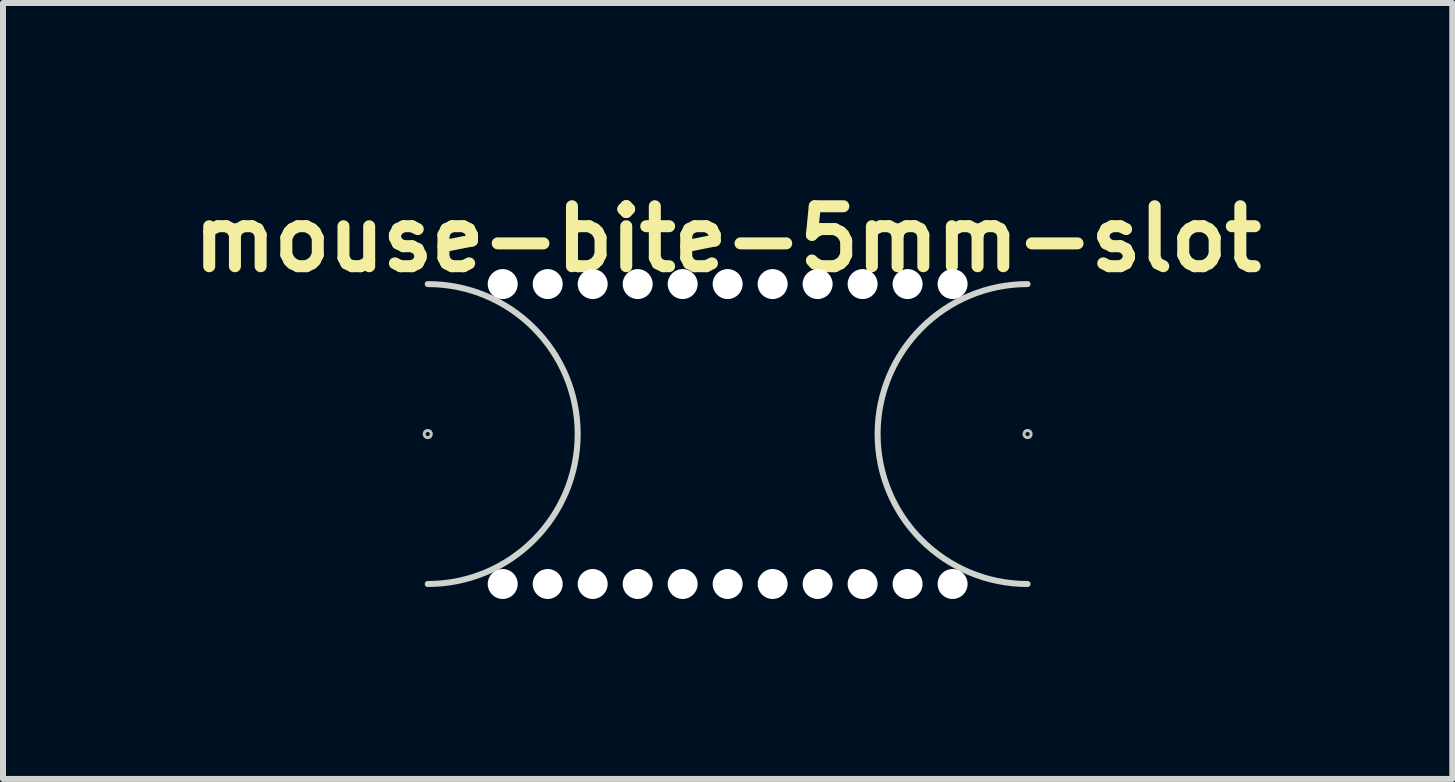
<source format=kicad_pcb>
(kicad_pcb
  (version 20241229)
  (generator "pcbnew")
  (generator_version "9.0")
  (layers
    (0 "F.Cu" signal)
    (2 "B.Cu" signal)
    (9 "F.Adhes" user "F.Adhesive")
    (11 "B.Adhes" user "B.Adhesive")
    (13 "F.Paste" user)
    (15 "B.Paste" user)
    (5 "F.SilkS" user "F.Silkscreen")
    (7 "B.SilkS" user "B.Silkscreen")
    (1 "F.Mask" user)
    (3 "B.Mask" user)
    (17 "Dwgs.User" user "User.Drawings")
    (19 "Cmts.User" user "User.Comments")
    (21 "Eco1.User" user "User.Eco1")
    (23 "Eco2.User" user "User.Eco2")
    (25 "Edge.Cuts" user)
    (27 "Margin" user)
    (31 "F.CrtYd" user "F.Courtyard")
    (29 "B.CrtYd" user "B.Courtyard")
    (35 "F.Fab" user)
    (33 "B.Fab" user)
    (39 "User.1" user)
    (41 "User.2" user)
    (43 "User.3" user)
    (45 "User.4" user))
  (footprint "mouse-bite-5mm-slot"
    (layer "F.Cu")
    (at 9.081 4.186)
    (property "Reference" "mouse-bite-5mm-slot" (at 0 -3.25 0) (layer "F.SilkS") (effects (font (size 1 1) (thickness 0.2))))
    (attr through_hole)
    (fp_circle (center -5 0) (end -4.94 0) (stroke (width 0.05) (type solid)) (fill no) (layer "Dwgs.User"))
    (fp_circle (center 5 0) (end 5.06 0) (stroke (width 0.05) (type solid)) (fill no) (layer "Dwgs.User"))
    (fp_line (start -5 0) (end -5 0) (stroke (width 5) (type solid)) (layer "Eco1.User"))
    (fp_line (start 5 0) (end 5 0) (stroke (width 5) (type solid)) (layer "Eco1.User"))
    (fp_arc (start -5 -2.5) (mid -2.5 0) (end -5 2.5) (stroke (width 0.1) (type solid)) (layer "Edge.Cuts"))
    (fp_arc (start 5 2.5) (mid 2.5 0) (end 5 -2.5) (stroke (width 0.1) (type solid)) (layer "Edge.Cuts"))
    (pad "" np_thru_hole circle (at -3.75 -2.5) (size 0.5 0.5) (drill 0.5) (layers "*.Cu" "*.Mask"))
    (pad "" np_thru_hole circle (at -3.75 2.5) (size 0.5 0.5) (drill 0.5) (layers "*.Cu" "*.Mask"))
    (pad "" np_thru_hole circle (at -3 -2.5) (size 0.5 0.5) (drill 0.5) (layers "*.Cu" "*.Mask"))
    (pad "" np_thru_hole circle (at -3 2.5) (size 0.5 0.5) (drill 0.5) (layers "*.Cu" "*.Mask"))
    (pad "" np_thru_hole circle (at -2.25 -2.5) (size 0.5 0.5) (drill 0.5) (layers "*.Cu" "*.Mask"))
    (pad "" np_thru_hole circle (at -2.25 2.5) (size 0.5 0.5) (drill 0.5) (layers "*.Cu" "*.Mask"))
    (pad "" np_thru_hole circle (at -1.5 -2.5) (size 0.5 0.5) (drill 0.5) (layers "*.Cu" "*.Mask"))
    (pad "" np_thru_hole circle (at -1.5 2.5) (size 0.5 0.5) (drill 0.5) (layers "*.Cu" "*.Mask"))
    (pad "" np_thru_hole circle (at -0.75 -2.5) (size 0.5 0.5) (drill 0.5) (layers "*.Cu" "*.Mask"))
    (pad "" np_thru_hole circle (at -0.75 2.5) (size 0.5 0.5) (drill 0.5) (layers "*.Cu" "*.Mask"))
    (pad "" np_thru_hole circle (at 0 -2.5) (size 0.5 0.5) (drill 0.5) (layers "*.Cu" "*.Mask"))
    (pad "" np_thru_hole circle (at 0 2.5) (size 0.5 0.5) (drill 0.5) (layers "*.Cu" "*.Mask"))
    (pad "" np_thru_hole circle (at 0.75 -2.5) (size 0.5 0.5) (drill 0.5) (layers "*.Cu" "*.Mask"))
    (pad "" np_thru_hole circle (at 0.75 2.5) (size 0.5 0.5) (drill 0.5) (layers "*.Cu" "*.Mask"))
    (pad "" np_thru_hole circle (at 1.5 -2.5) (size 0.5 0.5) (drill 0.5) (layers "*.Cu" "*.Mask"))
    (pad "" np_thru_hole circle (at 1.5 2.5) (size 0.5 0.5) (drill 0.5) (layers "*.Cu" "*.Mask"))
    (pad "" np_thru_hole circle (at 2.25 -2.5) (size 0.5 0.5) (drill 0.5) (layers "*.Cu" "*.Mask"))
    (pad "" np_thru_hole circle (at 2.25 2.5) (size 0.5 0.5) (drill 0.5) (layers "*.Cu" "*.Mask"))
    (pad "" np_thru_hole circle (at 3 -2.5) (size 0.5 0.5) (drill 0.5) (layers "*.Cu" "*.Mask"))
    (pad "" np_thru_hole circle (at 3 2.5) (size 0.5 0.5) (drill 0.5) (layers "*.Cu" "*.Mask"))
    (pad "" np_thru_hole circle (at 3.75 -2.5) (size 0.5 0.5) (drill 0.5) (layers "*.Cu" "*.Mask"))
    (pad "" np_thru_hole circle (at 3.75 2.5) (size 0.5 0.5) (drill 0.5) (layers "*.Cu" "*.Mask")))
  (gr_rect
    (start -3 -3)
    (end 21.162 9.936)
    (stroke (width 0.1) (type default))
    (fill no)
    (layer "Edge.Cuts")))
</source>
